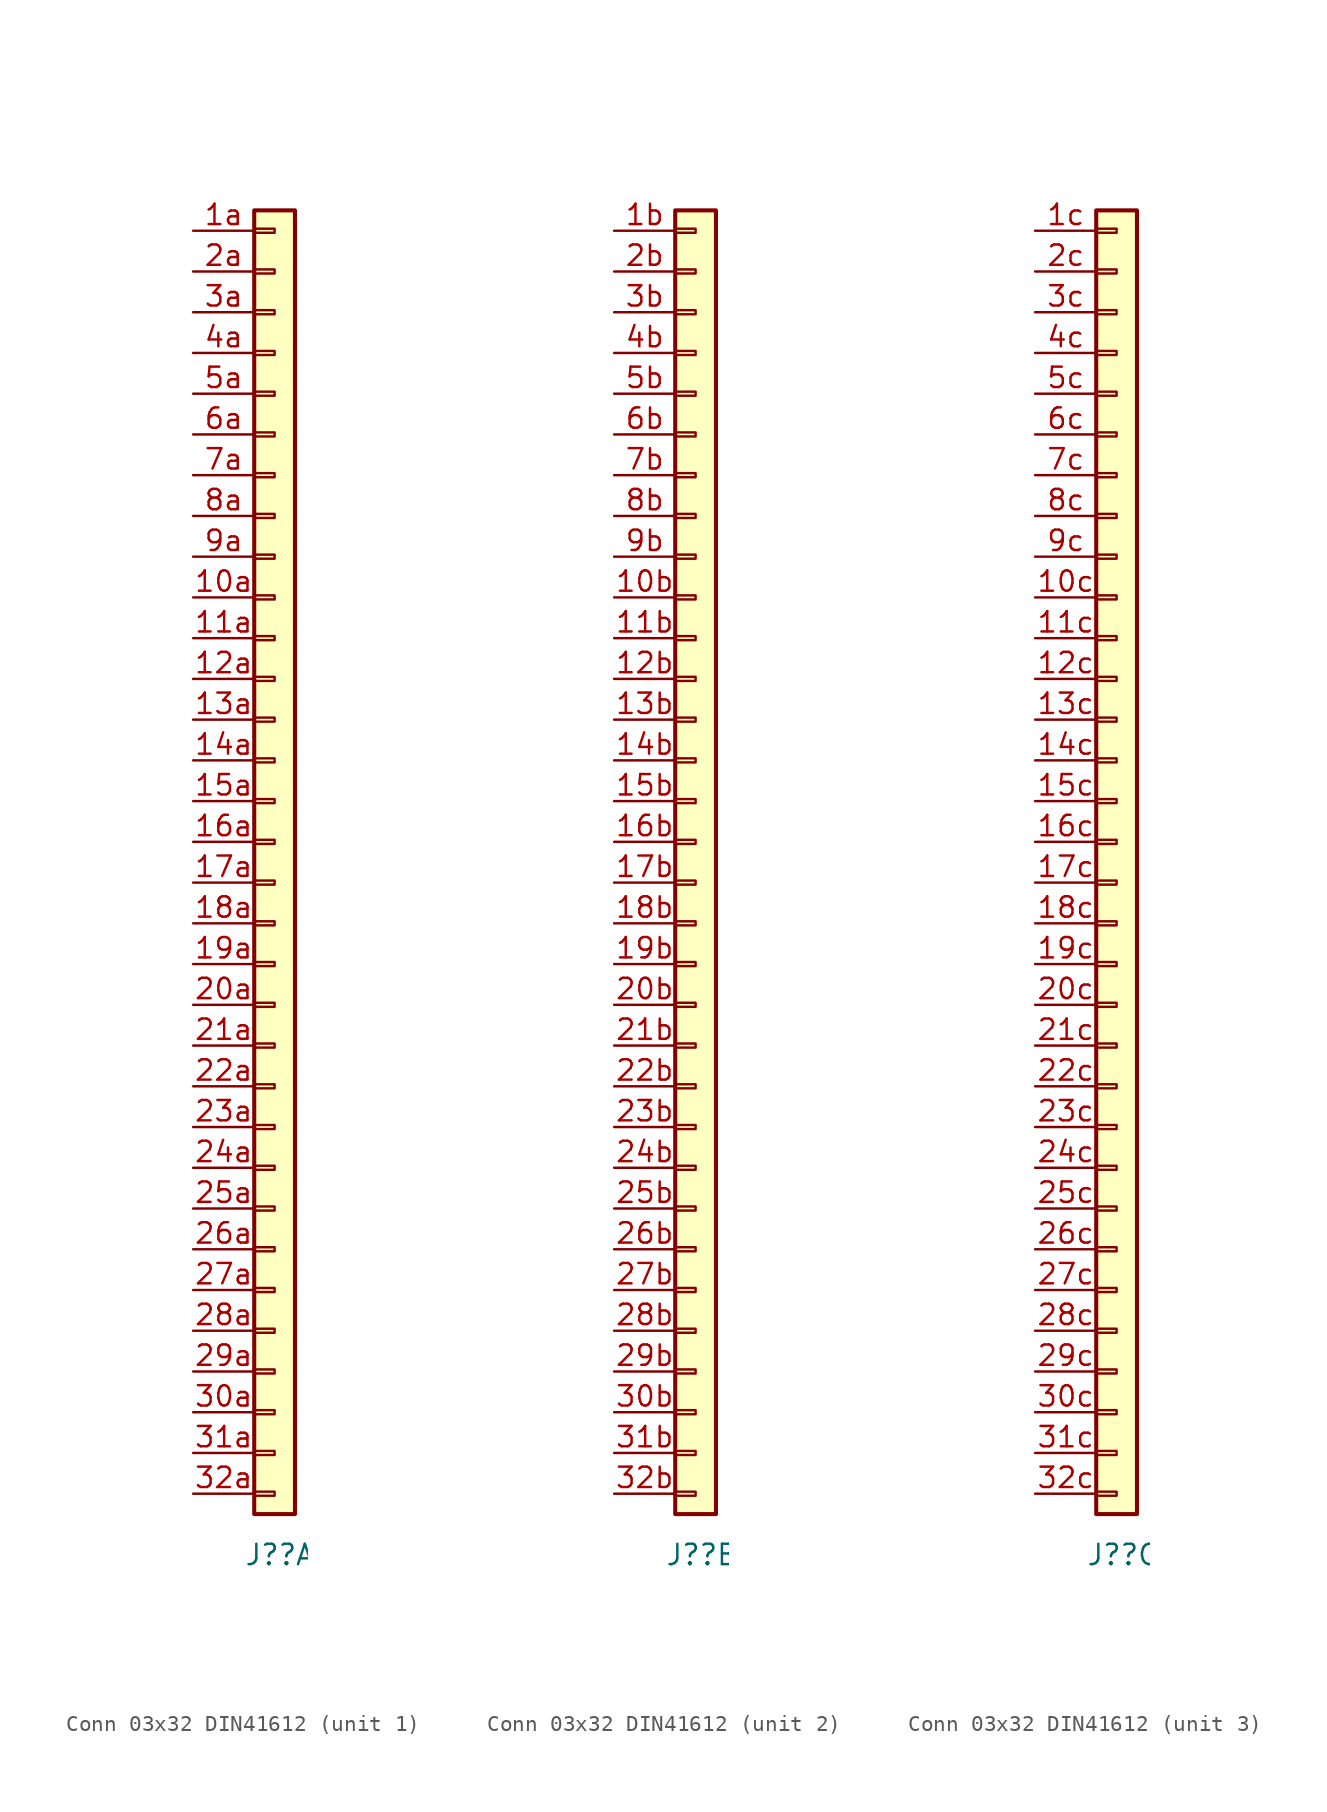
<source format=kicad_sym>
(kicad_symbol_lib
  (version 20220914)
  (generator kicad_symbol_editor)
  (symbol "Conn 03x32 DIN41612"
    (pin_names
      (offset 1.016) hide)
    (property "Reference" "J?"
      (at -1.905 -44.45 0)
      (effects (font (size 1.27 1.27)) (justify left)))
    (property "ki_locked" ""
      (at 0 0 0)
      (effects (font (size 1.27 1.27))))
    (symbol "Conn 03x32 DIN41612_1_1"
      (rectangle (start -1.27 -40.513) (end 0 -40.767) (stroke (width 0.152) (type default)) (fill (type none)))
      (rectangle (start -1.27 -37.973) (end 0 -38.227) (stroke (width 0.152) (type default)) (fill (type none)))
      (rectangle (start -1.27 -35.433) (end 0 -35.687) (stroke (width 0.152) (type default)) (fill (type none)))
      (rectangle (start -1.27 -32.893) (end 0 -33.147) (stroke (width 0.152) (type default)) (fill (type none)))
      (rectangle (start -1.27 -30.353) (end 0 -30.607) (stroke (width 0.152) (type default)) (fill (type none)))
      (rectangle (start -1.27 -27.813) (end 0 -28.067) (stroke (width 0.152) (type default)) (fill (type none)))
      (rectangle (start -1.27 -25.273) (end 0 -25.527) (stroke (width 0.152) (type default)) (fill (type none)))
      (rectangle (start -1.27 -22.733) (end 0 -22.987) (stroke (width 0.152) (type default)) (fill (type none)))
      (rectangle (start -1.27 -20.193) (end 0 -20.447) (stroke (width 0.152) (type default)) (fill (type none)))
      (rectangle (start -1.27 -17.653) (end 0 -17.907) (stroke (width 0.152) (type default)) (fill (type none)))
      (rectangle (start -1.27 -15.113) (end 0 -15.367) (stroke (width 0.152) (type default)) (fill (type none)))
      (rectangle (start -1.27 -12.573) (end 0 -12.827) (stroke (width 0.152) (type default)) (fill (type none)))
      (rectangle (start -1.27 -10.033) (end 0 -10.287) (stroke (width 0.152) (type default)) (fill (type none)))
      (rectangle (start -1.27 -7.493) (end 0 -7.747) (stroke (width 0.152) (type default)) (fill (type none)))
      (rectangle (start -1.27 -4.953) (end 0 -5.207) (stroke (width 0.152) (type default)) (fill (type none)))
      (rectangle (start -1.27 -2.413) (end 0 -2.667) (stroke (width 0.152) (type default)) (fill (type none)))
      (rectangle (start -1.27 0.127) (end 0 -0.127) (stroke (width 0.152) (type default)) (fill (type none)))
      (rectangle (start -1.27 2.667) (end 0 2.413) (stroke (width 0.152) (type default)) (fill (type none)))
      (rectangle (start -1.27 5.207) (end 0 4.953) (stroke (width 0.152) (type default)) (fill (type none)))
      (rectangle (start -1.27 7.747) (end 0 7.493) (stroke (width 0.152) (type default)) (fill (type none)))
      (rectangle (start -1.27 10.287) (end 0 10.033) (stroke (width 0.152) (type default)) (fill (type none)))
      (rectangle (start -1.27 12.827) (end 0 12.573) (stroke (width 0.152) (type default)) (fill (type none)))
      (rectangle (start -1.27 15.367) (end 0 15.113) (stroke (width 0.152) (type default)) (fill (type none)))
      (rectangle (start -1.27 17.907) (end 0 17.653) (stroke (width 0.152) (type default)) (fill (type none)))
      (rectangle (start -1.27 20.447) (end 0 20.193) (stroke (width 0.152) (type default)) (fill (type none)))
      (rectangle (start -1.27 22.987) (end 0 22.733) (stroke (width 0.152) (type default)) (fill (type none)))
      (rectangle (start -1.27 25.527) (end 0 25.273) (stroke (width 0.152) (type default)) (fill (type none)))
      (rectangle (start -1.27 28.067) (end 0 27.813) (stroke (width 0.152) (type default)) (fill (type none)))
      (rectangle (start -1.27 30.607) (end 0 30.353) (stroke (width 0.152) (type default)) (fill (type none)))
      (rectangle (start -1.27 33.147) (end 0 32.893) (stroke (width 0.152) (type default)) (fill (type none)))
      (rectangle (start -1.27 35.687) (end 0 35.433) (stroke (width 0.152) (type default)) (fill (type none)))
      (rectangle (start -1.27 38.227) (end 0 37.973) (stroke (width 0.152) (type default)) (fill (type none)))
      (rectangle (start -1.27 39.37) (end 1.27 -41.91) (stroke (width 0.254) (type default)) (fill (type background)))
      (pin passive line (at -5.08 15.24 0) (length 3.81) (name "Pin_10" (effects (font (size 1.27 1.27)))) (number "10a" (effects (font (size 1.27 1.27)))))
      (pin passive line (at -5.08 12.7 0) (length 3.81) (name "Pin_11" (effects (font (size 1.27 1.27)))) (number "11a" (effects (font (size 1.27 1.27)))))
      (pin passive line (at -5.08 10.16 0) (length 3.81) (name "Pin_12" (effects (font (size 1.27 1.27)))) (number "12a" (effects (font (size 1.27 1.27)))))
      (pin passive line (at -5.08 7.62 0) (length 3.81) (name "Pin_13" (effects (font (size 1.27 1.27)))) (number "13a" (effects (font (size 1.27 1.27)))))
      (pin passive line (at -5.08 5.08 0) (length 3.81) (name "Pin_14" (effects (font (size 1.27 1.27)))) (number "14a" (effects (font (size 1.27 1.27)))))
      (pin passive line (at -5.08 2.54 0) (length 3.81) (name "Pin_15" (effects (font (size 1.27 1.27)))) (number "15a" (effects (font (size 1.27 1.27)))))
      (pin passive line (at -5.08 0 0) (length 3.81) (name "Pin_16" (effects (font (size 1.27 1.27)))) (number "16a" (effects (font (size 1.27 1.27)))))
      (pin passive line (at -5.08 -2.54 0) (length 3.81) (name "Pin_17" (effects (font (size 1.27 1.27)))) (number "17a" (effects (font (size 1.27 1.27)))))
      (pin passive line (at -5.08 -5.08 0) (length 3.81) (name "Pin_18" (effects (font (size 1.27 1.27)))) (number "18a" (effects (font (size 1.27 1.27)))))
      (pin passive line (at -5.08 -7.62 0) (length 3.81) (name "Pin_19" (effects (font (size 1.27 1.27)))) (number "19a" (effects (font (size 1.27 1.27)))))
      (pin passive line (at -5.08 38.1 0) (length 3.81) (name "Pin_1" (effects (font (size 1.27 1.27)))) (number "1a" (effects (font (size 1.27 1.27)))))
      (pin passive line (at -5.08 -10.16 0) (length 3.81) (name "Pin_20" (effects (font (size 1.27 1.27)))) (number "20a" (effects (font (size 1.27 1.27)))))
      (pin passive line (at -5.08 -12.7 0) (length 3.81) (name "Pin_21" (effects (font (size 1.27 1.27)))) (number "21a" (effects (font (size 1.27 1.27)))))
      (pin passive line (at -5.08 -15.24 0) (length 3.81) (name "Pin_22" (effects (font (size 1.27 1.27)))) (number "22a" (effects (font (size 1.27 1.27)))))
      (pin passive line (at -5.08 -17.78 0) (length 3.81) (name "Pin_23" (effects (font (size 1.27 1.27)))) (number "23a" (effects (font (size 1.27 1.27)))))
      (pin passive line (at -5.08 -20.32 0) (length 3.81) (name "Pin_24" (effects (font (size 1.27 1.27)))) (number "24a" (effects (font (size 1.27 1.27)))))
      (pin passive line (at -5.08 -22.86 0) (length 3.81) (name "Pin_25" (effects (font (size 1.27 1.27)))) (number "25a" (effects (font (size 1.27 1.27)))))
      (pin passive line (at -5.08 -25.4 0) (length 3.81) (name "Pin_26" (effects (font (size 1.27 1.27)))) (number "26a" (effects (font (size 1.27 1.27)))))
      (pin passive line (at -5.08 -27.94 0) (length 3.81) (name "Pin_27" (effects (font (size 1.27 1.27)))) (number "27a" (effects (font (size 1.27 1.27)))))
      (pin passive line (at -5.08 -30.48 0) (length 3.81) (name "Pin_28" (effects (font (size 1.27 1.27)))) (number "28a" (effects (font (size 1.27 1.27)))))
      (pin passive line (at -5.08 -33.02 0) (length 3.81) (name "Pin_29" (effects (font (size 1.27 1.27)))) (number "29a" (effects (font (size 1.27 1.27)))))
      (pin passive line (at -5.08 35.56 0) (length 3.81) (name "Pin_2" (effects (font (size 1.27 1.27)))) (number "2a" (effects (font (size 1.27 1.27)))))
      (pin passive line (at -5.08 -35.56 0) (length 3.81) (name "Pin_30" (effects (font (size 1.27 1.27)))) (number "30a" (effects (font (size 1.27 1.27)))))
      (pin passive line (at -5.08 -38.1 0) (length 3.81) (name "Pin_31" (effects (font (size 1.27 1.27)))) (number "31a" (effects (font (size 1.27 1.27)))))
      (pin passive line (at -5.08 -40.64 0) (length 3.81) (name "Pin_32" (effects (font (size 1.27 1.27)))) (number "32a" (effects (font (size 1.27 1.27)))))
      (pin passive line (at -5.08 33.02 0) (length 3.81) (name "Pin_3" (effects (font (size 1.27 1.27)))) (number "3a" (effects (font (size 1.27 1.27)))))
      (pin passive line (at -5.08 30.48 0) (length 3.81) (name "Pin_4" (effects (font (size 1.27 1.27)))) (number "4a" (effects (font (size 1.27 1.27)))))
      (pin passive line (at -5.08 27.94 0) (length 3.81) (name "Pin_5" (effects (font (size 1.27 1.27)))) (number "5a" (effects (font (size 1.27 1.27)))))
      (pin passive line (at -5.08 25.4 0) (length 3.81) (name "Pin_6" (effects (font (size 1.27 1.27)))) (number "6a" (effects (font (size 1.27 1.27)))))
      (pin passive line (at -5.08 22.86 0) (length 3.81) (name "Pin_7" (effects (font (size 1.27 1.27)))) (number "7a" (effects (font (size 1.27 1.27)))))
      (pin passive line (at -5.08 20.32 0) (length 3.81) (name "Pin_8" (effects (font (size 1.27 1.27)))) (number "8a" (effects (font (size 1.27 1.27)))))
      (pin passive line (at -5.08 17.78 0) (length 3.81) (name "Pin_9" (effects (font (size 1.27 1.27)))) (number "9a" (effects (font (size 1.27 1.27))))))
    (symbol "Conn 03x32 DIN41612_2_1"
      (rectangle (start -1.27 -40.513) (end 0 -40.767) (stroke (width 0.152) (type default)) (fill (type none)))
      (rectangle (start -1.27 -37.973) (end 0 -38.227) (stroke (width 0.152) (type default)) (fill (type none)))
      (rectangle (start -1.27 -35.433) (end 0 -35.687) (stroke (width 0.152) (type default)) (fill (type none)))
      (rectangle (start -1.27 -32.893) (end 0 -33.147) (stroke (width 0.152) (type default)) (fill (type none)))
      (rectangle (start -1.27 -30.353) (end 0 -30.607) (stroke (width 0.152) (type default)) (fill (type none)))
      (rectangle (start -1.27 -27.813) (end 0 -28.067) (stroke (width 0.152) (type default)) (fill (type none)))
      (rectangle (start -1.27 -25.273) (end 0 -25.527) (stroke (width 0.152) (type default)) (fill (type none)))
      (rectangle (start -1.27 -22.733) (end 0 -22.987) (stroke (width 0.152) (type default)) (fill (type none)))
      (rectangle (start -1.27 -20.193) (end 0 -20.447) (stroke (width 0.152) (type default)) (fill (type none)))
      (rectangle (start -1.27 -17.653) (end 0 -17.907) (stroke (width 0.152) (type default)) (fill (type none)))
      (rectangle (start -1.27 -15.113) (end 0 -15.367) (stroke (width 0.152) (type default)) (fill (type none)))
      (rectangle (start -1.27 -12.573) (end 0 -12.827) (stroke (width 0.152) (type default)) (fill (type none)))
      (rectangle (start -1.27 -10.033) (end 0 -10.287) (stroke (width 0.152) (type default)) (fill (type none)))
      (rectangle (start -1.27 -7.493) (end 0 -7.747) (stroke (width 0.152) (type default)) (fill (type none)))
      (rectangle (start -1.27 -4.953) (end 0 -5.207) (stroke (width 0.152) (type default)) (fill (type none)))
      (rectangle (start -1.27 -2.413) (end 0 -2.667) (stroke (width 0.152) (type default)) (fill (type none)))
      (rectangle (start -1.27 0.127) (end 0 -0.127) (stroke (width 0.152) (type default)) (fill (type none)))
      (rectangle (start -1.27 2.667) (end 0 2.413) (stroke (width 0.152) (type default)) (fill (type none)))
      (rectangle (start -1.27 5.207) (end 0 4.953) (stroke (width 0.152) (type default)) (fill (type none)))
      (rectangle (start -1.27 7.747) (end 0 7.493) (stroke (width 0.152) (type default)) (fill (type none)))
      (rectangle (start -1.27 10.287) (end 0 10.033) (stroke (width 0.152) (type default)) (fill (type none)))
      (rectangle (start -1.27 12.827) (end 0 12.573) (stroke (width 0.152) (type default)) (fill (type none)))
      (rectangle (start -1.27 15.367) (end 0 15.113) (stroke (width 0.152) (type default)) (fill (type none)))
      (rectangle (start -1.27 17.907) (end 0 17.653) (stroke (width 0.152) (type default)) (fill (type none)))
      (rectangle (start -1.27 20.447) (end 0 20.193) (stroke (width 0.152) (type default)) (fill (type none)))
      (rectangle (start -1.27 22.987) (end 0 22.733) (stroke (width 0.152) (type default)) (fill (type none)))
      (rectangle (start -1.27 25.527) (end 0 25.273) (stroke (width 0.152) (type default)) (fill (type none)))
      (rectangle (start -1.27 28.067) (end 0 27.813) (stroke (width 0.152) (type default)) (fill (type none)))
      (rectangle (start -1.27 30.607) (end 0 30.353) (stroke (width 0.152) (type default)) (fill (type none)))
      (rectangle (start -1.27 33.147) (end 0 32.893) (stroke (width 0.152) (type default)) (fill (type none)))
      (rectangle (start -1.27 35.687) (end 0 35.433) (stroke (width 0.152) (type default)) (fill (type none)))
      (rectangle (start -1.27 38.227) (end 0 37.973) (stroke (width 0.152) (type default)) (fill (type none)))
      (rectangle (start -1.27 39.37) (end 1.27 -41.91) (stroke (width 0.254) (type default)) (fill (type background)))
      (pin passive line (at -5.08 15.24 0) (length 3.81) (name "Pin_10" (effects (font (size 1.27 1.27)))) (number "10b" (effects (font (size 1.27 1.27)))))
      (pin passive line (at -5.08 12.7 0) (length 3.81) (name "Pin_11" (effects (font (size 1.27 1.27)))) (number "11b" (effects (font (size 1.27 1.27)))))
      (pin passive line (at -5.08 10.16 0) (length 3.81) (name "Pin_12" (effects (font (size 1.27 1.27)))) (number "12b" (effects (font (size 1.27 1.27)))))
      (pin passive line (at -5.08 7.62 0) (length 3.81) (name "Pin_13" (effects (font (size 1.27 1.27)))) (number "13b" (effects (font (size 1.27 1.27)))))
      (pin passive line (at -5.08 5.08 0) (length 3.81) (name "Pin_14" (effects (font (size 1.27 1.27)))) (number "14b" (effects (font (size 1.27 1.27)))))
      (pin passive line (at -5.08 2.54 0) (length 3.81) (name "Pin_15" (effects (font (size 1.27 1.27)))) (number "15b" (effects (font (size 1.27 1.27)))))
      (pin passive line (at -5.08 0 0) (length 3.81) (name "Pin_16" (effects (font (size 1.27 1.27)))) (number "16b" (effects (font (size 1.27 1.27)))))
      (pin passive line (at -5.08 -2.54 0) (length 3.81) (name "Pin_17" (effects (font (size 1.27 1.27)))) (number "17b" (effects (font (size 1.27 1.27)))))
      (pin passive line (at -5.08 -5.08 0) (length 3.81) (name "Pin_18" (effects (font (size 1.27 1.27)))) (number "18b" (effects (font (size 1.27 1.27)))))
      (pin passive line (at -5.08 -7.62 0) (length 3.81) (name "Pin_19" (effects (font (size 1.27 1.27)))) (number "19b" (effects (font (size 1.27 1.27)))))
      (pin passive line (at -5.08 38.1 0) (length 3.81) (name "Pin_1" (effects (font (size 1.27 1.27)))) (number "1b" (effects (font (size 1.27 1.27)))))
      (pin passive line (at -5.08 -10.16 0) (length 3.81) (name "Pin_20" (effects (font (size 1.27 1.27)))) (number "20b" (effects (font (size 1.27 1.27)))))
      (pin passive line (at -5.08 -12.7 0) (length 3.81) (name "Pin_21" (effects (font (size 1.27 1.27)))) (number "21b" (effects (font (size 1.27 1.27)))))
      (pin passive line (at -5.08 -15.24 0) (length 3.81) (name "Pin_22" (effects (font (size 1.27 1.27)))) (number "22b" (effects (font (size 1.27 1.27)))))
      (pin passive line (at -5.08 -17.78 0) (length 3.81) (name "Pin_23" (effects (font (size 1.27 1.27)))) (number "23b" (effects (font (size 1.27 1.27)))))
      (pin passive line (at -5.08 -20.32 0) (length 3.81) (name "Pin_24" (effects (font (size 1.27 1.27)))) (number "24b" (effects (font (size 1.27 1.27)))))
      (pin passive line (at -5.08 -22.86 0) (length 3.81) (name "Pin_25" (effects (font (size 1.27 1.27)))) (number "25b" (effects (font (size 1.27 1.27)))))
      (pin passive line (at -5.08 -25.4 0) (length 3.81) (name "Pin_26" (effects (font (size 1.27 1.27)))) (number "26b" (effects (font (size 1.27 1.27)))))
      (pin passive line (at -5.08 -27.94 0) (length 3.81) (name "Pin_27" (effects (font (size 1.27 1.27)))) (number "27b" (effects (font (size 1.27 1.27)))))
      (pin passive line (at -5.08 -30.48 0) (length 3.81) (name "Pin_28" (effects (font (size 1.27 1.27)))) (number "28b" (effects (font (size 1.27 1.27)))))
      (pin passive line (at -5.08 -33.02 0) (length 3.81) (name "Pin_29" (effects (font (size 1.27 1.27)))) (number "29b" (effects (font (size 1.27 1.27)))))
      (pin passive line (at -5.08 35.56 0) (length 3.81) (name "Pin_2" (effects (font (size 1.27 1.27)))) (number "2b" (effects (font (size 1.27 1.27)))))
      (pin passive line (at -5.08 -35.56 0) (length 3.81) (name "Pin_30" (effects (font (size 1.27 1.27)))) (number "30b" (effects (font (size 1.27 1.27)))))
      (pin passive line (at -5.08 -38.1 0) (length 3.81) (name "Pin_31" (effects (font (size 1.27 1.27)))) (number "31b" (effects (font (size 1.27 1.27)))))
      (pin passive line (at -5.08 -40.64 0) (length 3.81) (name "Pin_32" (effects (font (size 1.27 1.27)))) (number "32b" (effects (font (size 1.27 1.27)))))
      (pin passive line (at -5.08 33.02 0) (length 3.81) (name "Pin_3" (effects (font (size 1.27 1.27)))) (number "3b" (effects (font (size 1.27 1.27)))))
      (pin passive line (at -5.08 30.48 0) (length 3.81) (name "Pin_4" (effects (font (size 1.27 1.27)))) (number "4b" (effects (font (size 1.27 1.27)))))
      (pin passive line (at -5.08 27.94 0) (length 3.81) (name "Pin_5" (effects (font (size 1.27 1.27)))) (number "5b" (effects (font (size 1.27 1.27)))))
      (pin passive line (at -5.08 25.4 0) (length 3.81) (name "Pin_6" (effects (font (size 1.27 1.27)))) (number "6b" (effects (font (size 1.27 1.27)))))
      (pin passive line (at -5.08 22.86 0) (length 3.81) (name "Pin_7" (effects (font (size 1.27 1.27)))) (number "7b" (effects (font (size 1.27 1.27)))))
      (pin passive line (at -5.08 20.32 0) (length 3.81) (name "Pin_8" (effects (font (size 1.27 1.27)))) (number "8b" (effects (font (size 1.27 1.27)))))
      (pin passive line (at -5.08 17.78 0) (length 3.81) (name "Pin_9" (effects (font (size 1.27 1.27)))) (number "9b" (effects (font (size 1.27 1.27))))))
    (symbol "Conn 03x32 DIN41612_3_1"
      (rectangle (start -1.27 -40.513) (end 0 -40.767) (stroke (width 0.152) (type default)) (fill (type none)))
      (rectangle (start -1.27 -37.973) (end 0 -38.227) (stroke (width 0.152) (type default)) (fill (type none)))
      (rectangle (start -1.27 -35.433) (end 0 -35.687) (stroke (width 0.152) (type default)) (fill (type none)))
      (rectangle (start -1.27 -32.893) (end 0 -33.147) (stroke (width 0.152) (type default)) (fill (type none)))
      (rectangle (start -1.27 -30.353) (end 0 -30.607) (stroke (width 0.152) (type default)) (fill (type none)))
      (rectangle (start -1.27 -27.813) (end 0 -28.067) (stroke (width 0.152) (type default)) (fill (type none)))
      (rectangle (start -1.27 -25.273) (end 0 -25.527) (stroke (width 0.152) (type default)) (fill (type none)))
      (rectangle (start -1.27 -22.733) (end 0 -22.987) (stroke (width 0.152) (type default)) (fill (type none)))
      (rectangle (start -1.27 -20.193) (end 0 -20.447) (stroke (width 0.152) (type default)) (fill (type none)))
      (rectangle (start -1.27 -17.653) (end 0 -17.907) (stroke (width 0.152) (type default)) (fill (type none)))
      (rectangle (start -1.27 -15.113) (end 0 -15.367) (stroke (width 0.152) (type default)) (fill (type none)))
      (rectangle (start -1.27 -12.573) (end 0 -12.827) (stroke (width 0.152) (type default)) (fill (type none)))
      (rectangle (start -1.27 -10.033) (end 0 -10.287) (stroke (width 0.152) (type default)) (fill (type none)))
      (rectangle (start -1.27 -7.493) (end 0 -7.747) (stroke (width 0.152) (type default)) (fill (type none)))
      (rectangle (start -1.27 -4.953) (end 0 -5.207) (stroke (width 0.152) (type default)) (fill (type none)))
      (rectangle (start -1.27 -2.413) (end 0 -2.667) (stroke (width 0.152) (type default)) (fill (type none)))
      (rectangle (start -1.27 0.127) (end 0 -0.127) (stroke (width 0.152) (type default)) (fill (type none)))
      (rectangle (start -1.27 2.667) (end 0 2.413) (stroke (width 0.152) (type default)) (fill (type none)))
      (rectangle (start -1.27 5.207) (end 0 4.953) (stroke (width 0.152) (type default)) (fill (type none)))
      (rectangle (start -1.27 7.747) (end 0 7.493) (stroke (width 0.152) (type default)) (fill (type none)))
      (rectangle (start -1.27 10.287) (end 0 10.033) (stroke (width 0.152) (type default)) (fill (type none)))
      (rectangle (start -1.27 12.827) (end 0 12.573) (stroke (width 0.152) (type default)) (fill (type none)))
      (rectangle (start -1.27 15.367) (end 0 15.113) (stroke (width 0.152) (type default)) (fill (type none)))
      (rectangle (start -1.27 17.907) (end 0 17.653) (stroke (width 0.152) (type default)) (fill (type none)))
      (rectangle (start -1.27 20.447) (end 0 20.193) (stroke (width 0.152) (type default)) (fill (type none)))
      (rectangle (start -1.27 22.987) (end 0 22.733) (stroke (width 0.152) (type default)) (fill (type none)))
      (rectangle (start -1.27 25.527) (end 0 25.273) (stroke (width 0.152) (type default)) (fill (type none)))
      (rectangle (start -1.27 28.067) (end 0 27.813) (stroke (width 0.152) (type default)) (fill (type none)))
      (rectangle (start -1.27 30.607) (end 0 30.353) (stroke (width 0.152) (type default)) (fill (type none)))
      (rectangle (start -1.27 33.147) (end 0 32.893) (stroke (width 0.152) (type default)) (fill (type none)))
      (rectangle (start -1.27 35.687) (end 0 35.433) (stroke (width 0.152) (type default)) (fill (type none)))
      (rectangle (start -1.27 38.227) (end 0 37.973) (stroke (width 0.152) (type default)) (fill (type none)))
      (rectangle (start -1.27 39.37) (end 1.27 -41.91) (stroke (width 0.254) (type default)) (fill (type background)))
      (pin passive line (at -5.08 15.24 0) (length 3.81) (name "Pin_10" (effects (font (size 1.27 1.27)))) (number "10c" (effects (font (size 1.27 1.27)))))
      (pin passive line (at -5.08 12.7 0) (length 3.81) (name "Pin_11" (effects (font (size 1.27 1.27)))) (number "11c" (effects (font (size 1.27 1.27)))))
      (pin passive line (at -5.08 10.16 0) (length 3.81) (name "Pin_12" (effects (font (size 1.27 1.27)))) (number "12c" (effects (font (size 1.27 1.27)))))
      (pin passive line (at -5.08 7.62 0) (length 3.81) (name "Pin_13" (effects (font (size 1.27 1.27)))) (number "13c" (effects (font (size 1.27 1.27)))))
      (pin passive line (at -5.08 5.08 0) (length 3.81) (name "Pin_14" (effects (font (size 1.27 1.27)))) (number "14c" (effects (font (size 1.27 1.27)))))
      (pin passive line (at -5.08 2.54 0) (length 3.81) (name "Pin_15" (effects (font (size 1.27 1.27)))) (number "15c" (effects (font (size 1.27 1.27)))))
      (pin passive line (at -5.08 0 0) (length 3.81) (name "Pin_16" (effects (font (size 1.27 1.27)))) (number "16c" (effects (font (size 1.27 1.27)))))
      (pin passive line (at -5.08 -2.54 0) (length 3.81) (name "Pin_17" (effects (font (size 1.27 1.27)))) (number "17c" (effects (font (size 1.27 1.27)))))
      (pin passive line (at -5.08 -5.08 0) (length 3.81) (name "Pin_18" (effects (font (size 1.27 1.27)))) (number "18c" (effects (font (size 1.27 1.27)))))
      (pin passive line (at -5.08 -7.62 0) (length 3.81) (name "Pin_19" (effects (font (size 1.27 1.27)))) (number "19c" (effects (font (size 1.27 1.27)))))
      (pin passive line (at -5.08 38.1 0) (length 3.81) (name "Pin_1" (effects (font (size 1.27 1.27)))) (number "1c" (effects (font (size 1.27 1.27)))))
      (pin passive line (at -5.08 -10.16 0) (length 3.81) (name "Pin_20" (effects (font (size 1.27 1.27)))) (number "20c" (effects (font (size 1.27 1.27)))))
      (pin passive line (at -5.08 -12.7 0) (length 3.81) (name "Pin_21" (effects (font (size 1.27 1.27)))) (number "21c" (effects (font (size 1.27 1.27)))))
      (pin passive line (at -5.08 -15.24 0) (length 3.81) (name "Pin_22" (effects (font (size 1.27 1.27)))) (number "22c" (effects (font (size 1.27 1.27)))))
      (pin passive line (at -5.08 -17.78 0) (length 3.81) (name "Pin_23" (effects (font (size 1.27 1.27)))) (number "23c" (effects (font (size 1.27 1.27)))))
      (pin passive line (at -5.08 -20.32 0) (length 3.81) (name "Pin_24" (effects (font (size 1.27 1.27)))) (number "24c" (effects (font (size 1.27 1.27)))))
      (pin passive line (at -5.08 -22.86 0) (length 3.81) (name "Pin_25" (effects (font (size 1.27 1.27)))) (number "25c" (effects (font (size 1.27 1.27)))))
      (pin passive line (at -5.08 -25.4 0) (length 3.81) (name "Pin_26" (effects (font (size 1.27 1.27)))) (number "26c" (effects (font (size 1.27 1.27)))))
      (pin passive line (at -5.08 -27.94 0) (length 3.81) (name "Pin_27" (effects (font (size 1.27 1.27)))) (number "27c" (effects (font (size 1.27 1.27)))))
      (pin passive line (at -5.08 -30.48 0) (length 3.81) (name "Pin_28" (effects (font (size 1.27 1.27)))) (number "28c" (effects (font (size 1.27 1.27)))))
      (pin passive line (at -5.08 -33.02 0) (length 3.81) (name "Pin_29" (effects (font (size 1.27 1.27)))) (number "29c" (effects (font (size 1.27 1.27)))))
      (pin passive line (at -5.08 35.56 0) (length 3.81) (name "Pin_2" (effects (font (size 1.27 1.27)))) (number "2c" (effects (font (size 1.27 1.27)))))
      (pin passive line (at -5.08 -35.56 0) (length 3.81) (name "Pin_30" (effects (font (size 1.27 1.27)))) (number "30c" (effects (font (size 1.27 1.27)))))
      (pin passive line (at -5.08 -38.1 0) (length 3.81) (name "Pin_31" (effects (font (size 1.27 1.27)))) (number "31c" (effects (font (size 1.27 1.27)))))
      (pin passive line (at -5.08 -40.64 0) (length 3.81) (name "Pin_32" (effects (font (size 1.27 1.27)))) (number "32c" (effects (font (size 1.27 1.27)))))
      (pin passive line (at -5.08 33.02 0) (length 3.81) (name "Pin_3" (effects (font (size 1.27 1.27)))) (number "3c" (effects (font (size 1.27 1.27)))))
      (pin passive line (at -5.08 30.48 0) (length 3.81) (name "Pin_4" (effects (font (size 1.27 1.27)))) (number "4c" (effects (font (size 1.27 1.27)))))
      (pin passive line (at -5.08 27.94 0) (length 3.81) (name "Pin_5" (effects (font (size 1.27 1.27)))) (number "5c" (effects (font (size 1.27 1.27)))))
      (pin passive line (at -5.08 25.4 0) (length 3.81) (name "Pin_6" (effects (font (size 1.27 1.27)))) (number "6c" (effects (font (size 1.27 1.27)))))
      (pin passive line (at -5.08 22.86 0) (length 3.81) (name "Pin_7" (effects (font (size 1.27 1.27)))) (number "7c" (effects (font (size 1.27 1.27)))))
      (pin passive line (at -5.08 20.32 0) (length 3.81) (name "Pin_8" (effects (font (size 1.27 1.27)))) (number "8c" (effects (font (size 1.27 1.27)))))
      (pin passive line (at -5.08 17.78 0) (length 3.81) (name "Pin_9" (effects (font (size 1.27 1.27)))) (number "9c" (effects (font (size 1.27 1.27))))))))
</source>
